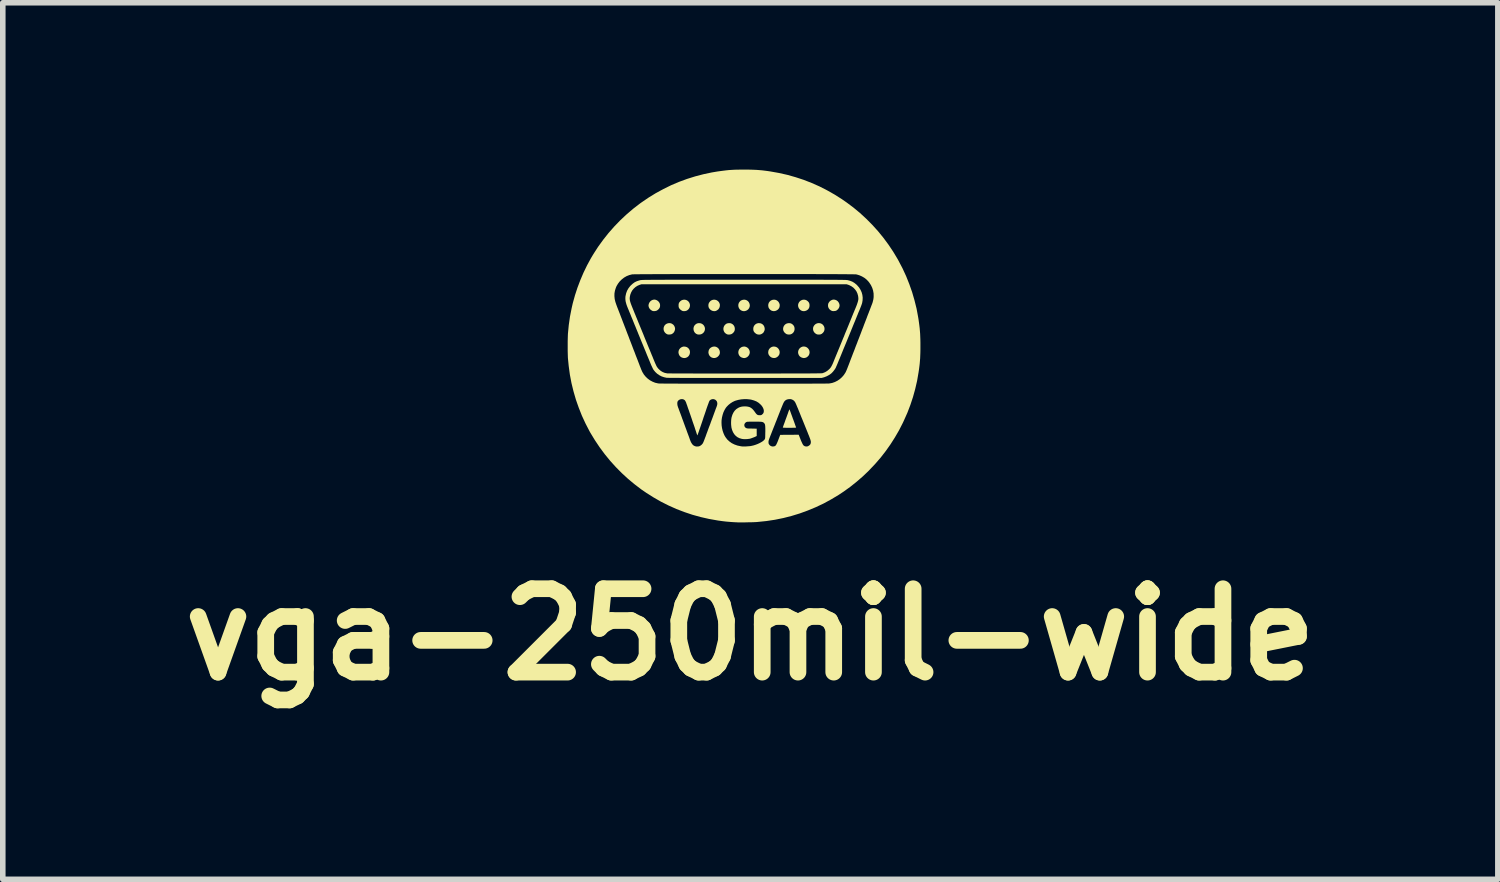
<source format=kicad_pcb>
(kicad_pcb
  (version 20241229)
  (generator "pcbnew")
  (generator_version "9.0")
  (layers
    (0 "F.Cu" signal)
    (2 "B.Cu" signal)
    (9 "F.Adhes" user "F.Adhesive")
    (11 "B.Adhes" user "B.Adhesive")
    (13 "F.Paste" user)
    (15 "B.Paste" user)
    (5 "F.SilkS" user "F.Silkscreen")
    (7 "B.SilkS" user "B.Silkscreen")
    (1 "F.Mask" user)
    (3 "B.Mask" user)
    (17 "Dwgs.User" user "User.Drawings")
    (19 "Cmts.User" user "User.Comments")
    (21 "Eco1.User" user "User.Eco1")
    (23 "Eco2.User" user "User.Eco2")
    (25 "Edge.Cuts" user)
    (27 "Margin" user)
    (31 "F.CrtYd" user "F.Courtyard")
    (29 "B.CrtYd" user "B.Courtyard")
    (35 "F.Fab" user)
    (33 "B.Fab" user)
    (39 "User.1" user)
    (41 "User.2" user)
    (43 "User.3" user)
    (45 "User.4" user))
  (footprint "vga-250mil-wide"
    (layer "F.Cu")
    (at 10.353 3.164)
    (property "Reference" "vga-250mil-wide" (at 0.09 5.195 0) (layer "F.SilkS") (effects (font (size 1.5 1.5) (thickness 0.3))))
    (attr board_only exclude_from_pos_files exclude_from_bom)
    (fp_poly (pts (xy -0.535 -0.822) (xy -0.513 -0.814) (xy -0.494 -0.801) (xy -0.477 -0.784) (xy -0.465 -0.763) (xy -0.458 -0.739) (xy -0.457 -0.726) (xy -0.46 -0.699) (xy -0.468 -0.676) (xy -0.482 -0.655) (xy -0.487 -0.65) (xy -0.51 -0.632) (xy -0.534 -0.621) (xy -0.56 -0.618) (xy -0.586 -0.622) (xy -0.606 -0.63) (xy -0.629 -0.645) (xy -0.647 -0.665) (xy -0.659 -0.687) (xy -0.664 -0.712) (xy -0.663 -0.738) (xy -0.656 -0.763) (xy -0.644 -0.782) (xy -0.626 -0.802) (xy -0.605 -0.815) (xy -0.582 -0.823) (xy -0.559 -0.825)) (stroke (width 0) (type solid)) (fill yes) (layer "F.SilkS"))
    (fp_poly (pts (xy -0.526 0.023) (xy -0.503 0.035) (xy -0.486 0.049) (xy -0.471 0.07) (xy -0.461 0.094) (xy -0.457 0.12) (xy -0.459 0.145) (xy -0.466 0.164) (xy -0.481 0.186) (xy -0.5 0.204) (xy -0.523 0.217) (xy -0.548 0.224) (xy -0.574 0.224) (xy -0.58 0.223) (xy -0.606 0.215) (xy -0.628 0.2) (xy -0.645 0.181) (xy -0.657 0.157) (xy -0.663 0.131) (xy -0.663 0.121) (xy -0.66 0.094) (xy -0.651 0.071) (xy -0.637 0.051) (xy -0.618 0.036) (xy -0.597 0.025) (xy -0.574 0.019) (xy -0.55 0.018)) (stroke (width 0) (type solid)) (fill yes) (layer "F.SilkS"))
    (fp_poly (pts (xy 0.008 -0.821) (xy 0.03 -0.811) (xy 0.05 -0.796) (xy 0.065 -0.776) (xy 0.076 -0.752) (xy 0.081 -0.725) (xy 0.081 -0.722) (xy 0.078 -0.696) (xy 0.068 -0.672) (xy 0.053 -0.652) (xy 0.034 -0.636) (xy 0.012 -0.625) (xy -0.012 -0.619) (xy -0.038 -0.619) (xy -0.058 -0.624) (xy -0.082 -0.636) (xy -0.101 -0.653) (xy -0.114 -0.673) (xy -0.123 -0.696) (xy -0.126 -0.72) (xy -0.124 -0.744) (xy -0.116 -0.767) (xy -0.103 -0.787) (xy -0.085 -0.805) (xy -0.069 -0.814) (xy -0.043 -0.823) (xy -0.017 -0.825)) (stroke (width 0) (type solid)) (fill yes) (layer "F.SilkS"))
    (fp_poly (pts (xy -0.27 -0.402) (xy -0.253 -0.397) (xy -0.228 -0.383) (xy -0.209 -0.364) (xy -0.196 -0.341) (xy -0.189 -0.315) (xy -0.189 -0.287) (xy -0.193 -0.267) (xy -0.201 -0.25) (xy -0.214 -0.233) (xy -0.23 -0.218) (xy -0.247 -0.207) (xy -0.269 -0.2) (xy -0.293 -0.197) (xy -0.317 -0.199) (xy -0.332 -0.204) (xy -0.356 -0.219) (xy -0.374 -0.237) (xy -0.386 -0.259) (xy -0.393 -0.282) (xy -0.394 -0.306) (xy -0.39 -0.33) (xy -0.38 -0.353) (xy -0.365 -0.373) (xy -0.344 -0.39) (xy -0.334 -0.395) (xy -0.315 -0.401) (xy -0.293 -0.403)) (stroke (width 0) (type solid)) (fill yes) (layer "F.SilkS"))
    (fp_poly (pts (xy 0.012 0.024) (xy 0.034 0.035) (xy 0.053 0.051) (xy 0.067 0.071) (xy 0.077 0.095) (xy 0.081 0.121) (xy 0.081 0.121) (xy 0.077 0.147) (xy 0.067 0.171) (xy 0.052 0.191) (xy 0.033 0.208) (xy 0.011 0.219) (xy -0.014 0.225) (xy -0.04 0.224) (xy -0.04 0.223) (xy -0.066 0.215) (xy -0.088 0.202) (xy -0.105 0.185) (xy -0.117 0.164) (xy -0.124 0.142) (xy -0.126 0.118) (xy -0.122 0.095) (xy -0.114 0.073) (xy -0.1 0.053) (xy -0.08 0.036) (xy -0.063 0.026) (xy -0.038 0.019) (xy -0.012 0.018)) (stroke (width 0) (type solid)) (fill yes) (layer "F.SilkS"))
    (fp_poly (pts (xy 0.273 -0.4) (xy 0.296 -0.391) (xy 0.316 -0.377) (xy 0.332 -0.358) (xy 0.342 -0.337) (xy 0.348 -0.314) (xy 0.349 -0.289) (xy 0.343 -0.265) (xy 0.331 -0.242) (xy 0.323 -0.23) (xy 0.303 -0.214) (xy 0.28 -0.202) (xy 0.254 -0.197) (xy 0.228 -0.198) (xy 0.204 -0.206) (xy 0.202 -0.207) (xy 0.184 -0.219) (xy 0.167 -0.234) (xy 0.154 -0.251) (xy 0.147 -0.267) (xy 0.143 -0.295) (xy 0.145 -0.322) (xy 0.153 -0.346) (xy 0.167 -0.368) (xy 0.186 -0.385) (xy 0.208 -0.397) (xy 0.235 -0.403) (xy 0.247 -0.403)) (stroke (width 0) (type solid)) (fill yes) (layer "F.SilkS"))
    (fp_poly (pts (xy 0.531 0.019) (xy 0.556 0.026) (xy 0.579 0.04) (xy 0.597 0.059) (xy 0.61 0.081) (xy 0.617 0.105) (xy 0.618 0.131) (xy 0.613 0.156) (xy 0.608 0.166) (xy 0.593 0.189) (xy 0.573 0.206) (xy 0.55 0.219) (xy 0.525 0.224) (xy 0.498 0.223) (xy 0.498 0.223) (xy 0.474 0.216) (xy 0.454 0.204) (xy 0.44 0.191) (xy 0.425 0.172) (xy 0.416 0.153) (xy 0.412 0.132) (xy 0.412 0.121) (xy 0.415 0.094) (xy 0.425 0.07) (xy 0.44 0.05) (xy 0.459 0.034) (xy 0.481 0.023) (xy 0.506 0.018)) (stroke (width 0) (type solid)) (fill yes) (layer "F.SilkS"))
    (fp_poly (pts (xy 0.546 -0.821) (xy 0.57 -0.81) (xy 0.59 -0.793) (xy 0.599 -0.782) (xy 0.612 -0.758) (xy 0.619 -0.733) (xy 0.618 -0.708) (xy 0.612 -0.683) (xy 0.599 -0.661) (xy 0.58 -0.642) (xy 0.56 -0.63) (xy 0.534 -0.62) (xy 0.507 -0.619) (xy 0.479 -0.624) (xy 0.478 -0.625) (xy 0.46 -0.634) (xy 0.443 -0.648) (xy 0.429 -0.665) (xy 0.419 -0.683) (xy 0.417 -0.688) (xy 0.412 -0.716) (xy 0.414 -0.743) (xy 0.422 -0.768) (xy 0.437 -0.79) (xy 0.456 -0.807) (xy 0.466 -0.813) (xy 0.493 -0.823) (xy 0.52 -0.825)) (stroke (width 0) (type solid)) (fill yes) (layer "F.SilkS"))
    (fp_poly (pts (xy 0.809 -0.401) (xy 0.829 -0.394) (xy 0.847 -0.382) (xy 0.853 -0.377) (xy 0.871 -0.357) (xy 0.882 -0.334) (xy 0.886 -0.309) (xy 0.885 -0.281) (xy 0.877 -0.255) (xy 0.862 -0.232) (xy 0.842 -0.214) (xy 0.835 -0.21) (xy 0.814 -0.201) (xy 0.79 -0.198) (xy 0.766 -0.199) (xy 0.744 -0.205) (xy 0.741 -0.206) (xy 0.719 -0.221) (xy 0.7 -0.24) (xy 0.687 -0.262) (xy 0.68 -0.287) (xy 0.68 -0.309) (xy 0.686 -0.336) (xy 0.699 -0.36) (xy 0.716 -0.379) (xy 0.738 -0.393) (xy 0.764 -0.401) (xy 0.785 -0.403)) (stroke (width 0) (type solid)) (fill yes) (layer "F.SilkS"))
    (fp_poly (pts (xy 1.076 0.02) (xy 1.098 0.028) (xy 1.12 0.043) (xy 1.137 0.062) (xy 1.149 0.083) (xy 1.155 0.107) (xy 1.156 0.131) (xy 1.151 0.154) (xy 1.141 0.176) (xy 1.125 0.195) (xy 1.104 0.211) (xy 1.099 0.214) (xy 1.075 0.222) (xy 1.052 0.225) (xy 1.029 0.221) (xy 1.028 0.221) (xy 1.002 0.211) (xy 0.98 0.195) (xy 0.964 0.175) (xy 0.953 0.149) (xy 0.949 0.123) (xy 0.952 0.096) (xy 0.963 0.07) (xy 0.963 0.069) (xy 0.98 0.047) (xy 1.001 0.031) (xy 1.024 0.021) (xy 1.05 0.017)) (stroke (width 0) (type solid)) (fill yes) (layer "F.SilkS"))
    (fp_poly (pts (xy -1.352 -0.403) (xy -1.327 -0.396) (xy -1.32 -0.392) (xy -1.296 -0.376) (xy -1.279 -0.355) (xy -1.268 -0.331) (xy -1.263 -0.305) (xy -1.264 -0.292) (xy -1.27 -0.266) (xy -1.282 -0.241) (xy -1.3 -0.221) (xy -1.323 -0.206) (xy -1.323 -0.206) (xy -1.336 -0.202) (xy -1.354 -0.199) (xy -1.373 -0.198) (xy -1.391 -0.199) (xy -1.402 -0.202) (xy -1.426 -0.215) (xy -1.445 -0.233) (xy -1.459 -0.254) (xy -1.468 -0.278) (xy -1.47 -0.302) (xy -1.467 -0.328) (xy -1.457 -0.352) (xy -1.446 -0.368) (xy -1.426 -0.386) (xy -1.403 -0.397) (xy -1.377 -0.403)) (stroke (width 0) (type solid)) (fill yes) (layer "F.SilkS"))
    (fp_poly (pts (xy -1.084 0.019) (xy -1.058 0.026) (xy -1.053 0.028) (xy -1.033 0.04) (xy -1.018 0.055) (xy -1.004 0.076) (xy -1.004 0.077) (xy -0.997 0.097) (xy -0.995 0.12) (xy -0.998 0.144) (xy -1.005 0.166) (xy -1.007 0.17) (xy -1.023 0.193) (xy -1.044 0.21) (xy -1.069 0.221) (xy -1.096 0.225) (xy -1.116 0.223) (xy -1.141 0.216) (xy -1.164 0.202) (xy -1.182 0.183) (xy -1.194 0.16) (xy -1.201 0.135) (xy -1.202 0.121) (xy -1.199 0.095) (xy -1.189 0.071) (xy -1.174 0.051) (xy -1.155 0.035) (xy -1.133 0.024) (xy -1.109 0.018)) (stroke (width 0) (type solid)) (fill yes) (layer "F.SilkS"))
    (fp_poly (pts (xy 1.076 -0.823) (xy 1.1 -0.814) (xy 1.12 -0.8) (xy 1.137 -0.783) (xy 1.147 -0.766) (xy 1.153 -0.748) (xy 1.155 -0.724) (xy 1.155 -0.722) (xy 1.153 -0.698) (xy 1.147 -0.678) (xy 1.137 -0.661) (xy 1.126 -0.648) (xy 1.106 -0.633) (xy 1.082 -0.623) (xy 1.057 -0.618) (xy 1.032 -0.62) (xy 1.024 -0.622) (xy 1 -0.632) (xy 0.98 -0.649) (xy 0.964 -0.669) (xy 0.953 -0.693) (xy 0.949 -0.718) (xy 0.949 -0.732) (xy 0.956 -0.759) (xy 0.968 -0.781) (xy 0.985 -0.8) (xy 1.005 -0.813) (xy 1.027 -0.822) (xy 1.052 -0.825)) (stroke (width 0) (type solid)) (fill yes) (layer "F.SilkS"))
    (fp_poly (pts (xy -0.803 -0.4) (xy -0.78 -0.391) (xy -0.76 -0.377) (xy -0.744 -0.359) (xy -0.733 -0.338) (xy -0.726 -0.315) (xy -0.726 -0.291) (xy -0.731 -0.267) (xy -0.742 -0.244) (xy -0.752 -0.232) (xy -0.774 -0.213) (xy -0.798 -0.202) (xy -0.825 -0.198) (xy -0.829 -0.198) (xy -0.843 -0.198) (xy -0.856 -0.2) (xy -0.862 -0.201) (xy -0.885 -0.212) (xy -0.905 -0.228) (xy -0.919 -0.249) (xy -0.929 -0.274) (xy -0.932 -0.3) (xy -0.932 -0.309) (xy -0.927 -0.335) (xy -0.916 -0.358) (xy -0.899 -0.377) (xy -0.88 -0.391) (xy -0.861 -0.399) (xy -0.838 -0.403) (xy -0.83 -0.403)) (stroke (width 0) (type solid)) (fill yes) (layer "F.SilkS"))
    (fp_poly (pts (xy 1.35 -0.4) (xy 1.374 -0.39) (xy 1.395 -0.374) (xy 1.4 -0.368) (xy 1.415 -0.345) (xy 1.423 -0.321) (xy 1.425 -0.296) (xy 1.421 -0.271) (xy 1.411 -0.248) (xy 1.395 -0.228) (xy 1.375 -0.211) (xy 1.356 -0.202) (xy 1.343 -0.199) (xy 1.326 -0.198) (xy 1.307 -0.198) (xy 1.292 -0.201) (xy 1.287 -0.202) (xy 1.27 -0.211) (xy 1.252 -0.224) (xy 1.238 -0.24) (xy 1.235 -0.243) (xy 1.223 -0.268) (xy 1.218 -0.294) (xy 1.219 -0.319) (xy 1.227 -0.343) (xy 1.241 -0.365) (xy 1.261 -0.384) (xy 1.274 -0.392) (xy 1.299 -0.401) (xy 1.324 -0.404)) (stroke (width 0) (type solid)) (fill yes) (layer "F.SilkS"))
    (fp_poly (pts (xy 1.616 -0.823) (xy 1.64 -0.813) (xy 1.661 -0.798) (xy 1.677 -0.778) (xy 1.689 -0.754) (xy 1.695 -0.729) (xy 1.695 -0.72) (xy 1.692 -0.697) (xy 1.682 -0.674) (xy 1.667 -0.653) (xy 1.648 -0.636) (xy 1.634 -0.627) (xy 1.622 -0.623) (xy 1.606 -0.621) (xy 1.588 -0.619) (xy 1.572 -0.62) (xy 1.562 -0.621) (xy 1.537 -0.633) (xy 1.516 -0.65) (xy 1.5 -0.671) (xy 1.49 -0.695) (xy 1.487 -0.721) (xy 1.49 -0.748) (xy 1.492 -0.755) (xy 1.504 -0.777) (xy 1.52 -0.797) (xy 1.541 -0.812) (xy 1.565 -0.823) (xy 1.59 -0.827) (xy 1.591 -0.827)) (stroke (width 0) (type solid)) (fill yes) (layer "F.SilkS"))
    (fp_poly (pts (xy -1.612 -0.823) (xy -1.588 -0.813) (xy -1.567 -0.798) (xy -1.55 -0.778) (xy -1.538 -0.756) (xy -1.538 -0.755) (xy -1.533 -0.733) (xy -1.533 -0.709) (xy -1.538 -0.687) (xy -1.542 -0.678) (xy -1.553 -0.661) (xy -1.569 -0.645) (xy -1.586 -0.632) (xy -1.591 -0.629) (xy -1.605 -0.624) (xy -1.623 -0.62) (xy -1.641 -0.619) (xy -1.658 -0.62) (xy -1.665 -0.621) (xy -1.688 -0.633) (xy -1.709 -0.649) (xy -1.725 -0.669) (xy -1.736 -0.692) (xy -1.741 -0.716) (xy -1.741 -0.72) (xy -1.737 -0.746) (xy -1.727 -0.77) (xy -1.712 -0.791) (xy -1.693 -0.808) (xy -1.67 -0.82) (xy -1.645 -0.826) (xy -1.636 -0.827)) (stroke (width 0) (type solid)) (fill yes) (layer "F.SilkS"))
    (fp_poly (pts (xy -1.069 -0.821) (xy -1.046 -0.811) (xy -1.025 -0.795) (xy -1.009 -0.773) (xy -1.006 -0.769) (xy -0.997 -0.742) (xy -0.995 -0.716) (xy -1 -0.69) (xy -1.012 -0.666) (xy -1.02 -0.655) (xy -1.039 -0.637) (xy -1.058 -0.626) (xy -1.081 -0.62) (xy -1.094 -0.619) (xy -1.11 -0.619) (xy -1.122 -0.62) (xy -1.134 -0.624) (xy -1.14 -0.627) (xy -1.164 -0.643) (xy -1.184 -0.664) (xy -1.192 -0.676) (xy -1.196 -0.687) (xy -1.199 -0.699) (xy -1.2 -0.715) (xy -1.2 -0.722) (xy -1.199 -0.746) (xy -1.193 -0.766) (xy -1.183 -0.782) (xy -1.167 -0.799) (xy -1.166 -0.799) (xy -1.144 -0.815) (xy -1.119 -0.823) (xy -1.094 -0.825)) (stroke (width 0) (type solid)) (fill yes) (layer "F.SilkS"))
    (fp_poly (pts (xy 0.796 1.152) (xy 0.8 1.16) (xy 0.801 1.165) (xy 0.804 1.172) (xy 0.809 1.185) (xy 0.816 1.204) (xy 0.824 1.227) (xy 0.834 1.254) (xy 0.845 1.284) (xy 0.856 1.316) (xy 0.861 1.327) (xy 0.872 1.358) (xy 0.883 1.388) (xy 0.892 1.414) (xy 0.9 1.437) (xy 0.907 1.455) (xy 0.911 1.468) (xy 0.914 1.475) (xy 0.914 1.476) (xy 0.91 1.477) (xy 0.9 1.477) (xy 0.884 1.478) (xy 0.863 1.478) (xy 0.838 1.479) (xy 0.81 1.479) (xy 0.794 1.479) (xy 0.761 1.479) (xy 0.734 1.479) (xy 0.713 1.478) (xy 0.697 1.478) (xy 0.686 1.477) (xy 0.68 1.476) (xy 0.676 1.475) (xy 0.675 1.474) (xy 0.675 1.474) (xy 0.676 1.468) (xy 0.68 1.457) (xy 0.685 1.443) (xy 0.686 1.439) (xy 0.69 1.428) (xy 0.696 1.412) (xy 0.704 1.391) (xy 0.713 1.366) (xy 0.722 1.339) (xy 0.733 1.31) (xy 0.744 1.28) (xy 0.754 1.252) (xy 0.764 1.225) (xy 0.772 1.201) (xy 0.779 1.181) (xy 0.784 1.169) (xy 0.788 1.158) (xy 0.791 1.151) (xy 0.793 1.149)) (stroke (width 0) (type solid)) (fill yes) (layer "F.SilkS"))
    (fp_poly (pts (xy 0.251 -1.183) (xy 0.377 -1.183) (xy 0.496 -1.183) (xy 0.609 -1.183) (xy 0.714 -1.183) (xy 0.814 -1.183) (xy 0.907 -1.183) (xy 0.994 -1.183) (xy 1.076 -1.183) (xy 1.152 -1.183) (xy 1.222 -1.183) (xy 1.288 -1.183) (xy 1.348 -1.183) (xy 1.404 -1.183) (xy 1.455 -1.182) (xy 1.502 -1.182) (xy 1.545 -1.182) (xy 1.584 -1.182) (xy 1.619 -1.182) (xy 1.65 -1.182) (xy 1.678 -1.181) (xy 1.704 -1.181) (xy 1.726 -1.181) (xy 1.745 -1.181) (xy 1.762 -1.18) (xy 1.777 -1.18) (xy 1.789 -1.18) (xy 1.8 -1.18) (xy 1.809 -1.179) (xy 1.817 -1.179) (xy 1.823 -1.178) (xy 1.828 -1.178) (xy 1.832 -1.177) (xy 1.836 -1.177) (xy 1.839 -1.176) (xy 1.841 -1.176) (xy 1.886 -1.164) (xy 1.926 -1.148) (xy 1.962 -1.126) (xy 1.997 -1.098) (xy 2.012 -1.083) (xy 2.046 -1.044) (xy 2.072 -1.002) (xy 2.092 -0.958) (xy 2.105 -0.911) (xy 2.111 -0.862) (xy 2.109 -0.813) (xy 2.101 -0.765) (xy 2.097 -0.753) (xy 2.091 -0.735) (xy 2.083 -0.713) (xy 2.074 -0.69) (xy 2.064 -0.665) (xy 2.062 -0.659) (xy 2.051 -0.633) (xy 2.039 -0.605) (xy 2.028 -0.579) (xy 2.019 -0.555) (xy 2.011 -0.536) (xy 2.01 -0.535) (xy 2.001 -0.511) (xy 1.99 -0.485) (xy 1.98 -0.459) (xy 1.973 -0.442) (xy 1.967 -0.427) (xy 1.958 -0.407) (xy 1.948 -0.382) (xy 1.936 -0.353) (xy 1.924 -0.323) (xy 1.911 -0.292) (xy 1.903 -0.271) (xy 1.87 -0.191) (xy 1.84 -0.118) (xy 1.813 -0.051) (xy 1.788 0.009) (xy 1.765 0.064) (xy 1.745 0.114) (xy 1.727 0.158) (xy 1.711 0.197) (xy 1.697 0.232) (xy 1.684 0.262) (xy 1.673 0.289) (xy 1.664 0.311) (xy 1.656 0.331) (xy 1.649 0.347) (xy 1.643 0.361) (xy 1.638 0.372) (xy 1.634 0.381) (xy 1.631 0.388) (xy 1.629 0.394) (xy 1.627 0.398) (xy 1.625 0.402) (xy 1.625 0.402) (xy 1.612 0.424) (xy 1.595 0.447) (xy 1.576 0.471) (xy 1.556 0.492) (xy 1.543 0.504) (xy 1.506 0.53) (xy 1.465 0.552) (xy 1.422 0.569) (xy 1.412 0.572) (xy 1.375 0.582) (xy -0.008 0.583) (xy -0.11 0.583) (xy -0.21 0.583) (xy -0.308 0.583) (xy -0.404 0.583) (xy -0.497 0.583) (xy -0.588 0.583) (xy -0.675 0.582) (xy -0.758 0.582) (xy -0.838 0.582) (xy -0.914 0.582) (xy -0.986 0.582) (xy -1.053 0.582) (xy -1.115 0.582) (xy -1.172 0.582) (xy -1.224 0.581) (xy -1.27 0.581) (xy -1.31 0.581) (xy -1.344 0.581) (xy -1.372 0.581) (xy -1.393 0.58) (xy -1.407 0.58) (xy -1.413 0.58) (xy -1.414 0.58) (xy -1.46 0.57) (xy -1.505 0.555) (xy -1.547 0.533) (xy -1.586 0.506) (xy -1.619 0.475) (xy -1.628 0.464) (xy -1.634 0.457) (xy -1.64 0.45) (xy -1.645 0.443) (xy -1.65 0.437) (xy -1.655 0.429) (xy -1.66 0.42) (xy -1.665 0.41) (xy -1.671 0.397) (xy -1.678 0.382) (xy -1.687 0.364) (xy -1.696 0.343) (xy -1.707 0.317) (xy -1.719 0.287) (xy -1.733 0.253) (xy -1.75 0.212) (xy -1.769 0.167) (xy -1.79 0.114) (xy -1.805 0.078) (xy -1.837 0.000025) (xy -1.867 -0.072) (xy -1.894 -0.139) (xy -1.919 -0.199) (xy -1.941 -0.254) (xy -1.961 -0.302) (xy -1.978 -0.345) (xy -1.993 -0.38) (xy -2.005 -0.41) (xy -2.014 -0.432) (xy -2.018 -0.442) (xy -2.027 -0.465) (xy -2.038 -0.491) (xy -2.049 -0.517) (xy -2.056 -0.535) (xy -2.063 -0.553) (xy -2.073 -0.577) (xy -2.084 -0.603) (xy -2.095 -0.631) (xy -2.106 -0.657) (xy -2.107 -0.659) (xy -2.124 -0.701) (xy -2.137 -0.737) (xy -2.146 -0.769) (xy -2.153 -0.798) (xy -2.156 -0.825) (xy -2.157 -0.848) (xy -2.079 -0.848) (xy -2.078 -0.832) (xy -2.076 -0.815) (xy -2.072 -0.797) (xy -2.066 -0.776) (xy -2.058 -0.752) (xy -2.047 -0.723) (xy -2.034 -0.69) (xy -2.018 -0.651) (xy -2.008 -0.626) (xy -2 -0.606) (xy -1.99 -0.581) (xy -1.978 -0.553) (xy -1.967 -0.525) (xy -1.956 -0.498) (xy -1.955 -0.497) (xy -1.945 -0.472) (xy -1.933 -0.443) (xy -1.92 -0.41) (xy -1.905 -0.374) (xy -1.889 -0.335) (xy -1.872 -0.294) (xy -1.855 -0.252) (xy -1.837 -0.209) (xy -1.82 -0.166) (xy -1.803 -0.124) (xy -1.786 -0.083) (xy -1.77 -0.044) (xy -1.755 -0.007) (xy -1.741 0.027) (xy -1.729 0.056) (xy -1.718 0.081) (xy -1.71 0.101) (xy -1.704 0.116) (xy -1.701 0.123) (xy -1.696 0.135) (xy -1.689 0.153) (xy -1.68 0.175) (xy -1.669 0.2) (xy -1.659 0.226) (xy -1.65 0.248) (xy -1.635 0.284) (xy -1.623 0.313) (xy -1.612 0.337) (xy -1.603 0.357) (xy -1.595 0.373) (xy -1.587 0.387) (xy -1.578 0.398) (xy -1.57 0.409) (xy -1.56 0.42) (xy -1.553 0.427) (xy -1.52 0.456) (xy -1.485 0.477) (xy -1.447 0.492) (xy -1.406 0.5) (xy -1.405 0.501) (xy -1.4 0.501) (xy -1.387 0.501) (xy -1.367 0.501) (xy -1.34 0.501) (xy -1.307 0.502) (xy -1.268 0.502) (xy -1.223 0.502) (xy -1.172 0.502) (xy -1.116 0.502) (xy -1.054 0.502) (xy -0.988 0.502) (xy -0.917 0.503) (xy -0.842 0.503) (xy -0.763 0.503) (xy -0.679 0.503) (xy -0.593 0.503) (xy -0.503 0.503) (xy -0.411 0.503) (xy -0.315 0.503) (xy -0.217 0.503) (xy -0.117 0.503) (xy -0.016 0.503) (xy -0.006 0.503) (xy 0.116 0.503) (xy 0.23 0.503) (xy 0.337 0.503) (xy 0.437 0.503) (xy 0.531 0.503) (xy 0.618 0.503) (xy 0.699 0.502) (xy 0.774 0.502) (xy 0.843 0.502) (xy 0.907 0.502) (xy 0.966 0.502) (xy 1.019 0.502) (xy 1.068 0.502) (xy 1.112 0.502) (xy 1.152 0.502) (xy 1.188 0.501) (xy 1.22 0.501) (xy 1.248 0.501) (xy 1.273 0.501) (xy 1.295 0.5) (xy 1.313 0.5) (xy 1.329 0.5) (xy 1.343 0.5) (xy 1.355 0.499) (xy 1.364 0.499) (xy 1.372 0.498) (xy 1.378 0.498) (xy 1.383 0.497) (xy 1.387 0.497) (xy 1.39 0.496) (xy 1.392 0.496) (xy 1.394 0.495) (xy 1.435 0.479) (xy 1.473 0.456) (xy 1.507 0.427) (xy 1.507 0.427) (xy 1.518 0.416) (xy 1.528 0.405) (xy 1.536 0.394) (xy 1.544 0.382) (xy 1.552 0.367) (xy 1.561 0.35) (xy 1.571 0.329) (xy 1.582 0.303) (xy 1.595 0.271) (xy 1.604 0.248) (xy 1.615 0.221) (xy 1.626 0.195) (xy 1.636 0.17) (xy 1.645 0.149) (xy 1.652 0.132) (xy 1.655 0.123) (xy 1.659 0.115) (xy 1.665 0.101) (xy 1.673 0.08) (xy 1.684 0.055) (xy 1.696 0.025) (xy 1.71 -0.009) (xy 1.725 -0.046) (xy 1.741 -0.085) (xy 1.758 -0.127) (xy 1.776 -0.169) (xy 1.793 -0.213) (xy 1.811 -0.256) (xy 1.829 -0.299) (xy 1.846 -0.341) (xy 1.862 -0.38) (xy 1.877 -0.417) (xy 1.891 -0.451) (xy 1.903 -0.482) (xy 1.91 -0.497) (xy 1.92 -0.524) (xy 1.932 -0.552) (xy 1.943 -0.58) (xy 1.954 -0.605) (xy 1.962 -0.625) (xy 1.962 -0.626) (xy 1.98 -0.668) (xy 1.995 -0.705) (xy 2.007 -0.736) (xy 2.016 -0.763) (xy 2.023 -0.785) (xy 2.028 -0.805) (xy 2.032 -0.823) (xy 2.033 -0.839) (xy 2.033 -0.855) (xy 2.031 -0.871) (xy 2.029 -0.888) (xy 2.027 -0.898) (xy 2.015 -0.939) (xy 1.997 -0.977) (xy 1.972 -1.011) (xy 1.943 -1.041) (xy 1.908 -1.066) (xy 1.871 -1.085) (xy 1.856 -1.091) (xy 1.822 -1.102) (xy -0.023 -1.102) (xy -1.868 -1.102) (xy -1.902 -1.091) (xy -1.941 -1.074) (xy -1.976 -1.051) (xy -2.007 -1.023) (xy -2.034 -0.99) (xy -2.054 -0.953) (xy -2.069 -0.913) (xy -2.072 -0.898) (xy -2.076 -0.88) (xy -2.078 -0.864) (xy -2.079 -0.848) (xy -2.157 -0.848) (xy -2.157 -0.851) (xy -2.156 -0.877) (xy -2.154 -0.89) (xy -2.143 -0.94) (xy -2.126 -0.986) (xy -2.101 -1.03) (xy -2.07 -1.07) (xy -2.057 -1.083) (xy -2.023 -1.114) (xy -1.988 -1.139) (xy -1.95 -1.157) (xy -1.907 -1.171) (xy -1.887 -1.176) (xy -1.884 -1.176) (xy -1.881 -1.177) (xy -1.877 -1.177) (xy -1.873 -1.178) (xy -1.868 -1.178) (xy -1.861 -1.179) (xy -1.854 -1.179) (xy -1.845 -1.18) (xy -1.834 -1.18) (xy -1.821 -1.18) (xy -1.806 -1.181) (xy -1.789 -1.181) (xy -1.769 -1.181) (xy -1.747 -1.181) (xy -1.722 -1.181) (xy -1.693 -1.182) (xy -1.661 -1.182) (xy -1.626 -1.182) (xy -1.587 -1.182) (xy -1.544 -1.182) (xy -1.496 -1.182) (xy -1.445 -1.183) (xy -1.389 -1.183) (xy -1.328 -1.183) (xy -1.262 -1.183) (xy -1.191 -1.183) (xy -1.114 -1.183) (xy -1.033 -1.183) (xy -0.945 -1.183) (xy -0.851 -1.183) (xy -0.751 -1.183) (xy -0.645 -1.183) (xy -0.532 -1.183) (xy -0.412 -1.183) (xy -0.286 -1.183) (xy -0.152 -1.183) (xy -0.023 -1.183) (xy 0.118 -1.183)) (stroke (width 0) (type solid)) (fill yes) (layer "F.SilkS"))
    (fp_poly (pts (xy 0.041 -3.164) (xy 0.099 -3.163) (xy 0.152 -3.161) (xy 0.202 -3.159) (xy 0.25 -3.155) (xy 0.299 -3.151) (xy 0.349 -3.145) (xy 0.403 -3.138) (xy 0.455 -3.13) (xy 0.607 -3.103) (xy 0.758 -3.069) (xy 0.906 -3.027) (xy 1.052 -2.979) (xy 1.195 -2.923) (xy 1.335 -2.861) (xy 1.472 -2.791) (xy 1.606 -2.715) (xy 1.737 -2.632) (xy 1.822 -2.573) (xy 1.945 -2.481) (xy 2.063 -2.383) (xy 2.176 -2.279) (xy 2.284 -2.17) (xy 2.387 -2.056) (xy 2.484 -1.937) (xy 2.575 -1.814) (xy 2.66 -1.687) (xy 2.738 -1.557) (xy 2.755 -1.526) (xy 2.827 -1.389) (xy 2.892 -1.248) (xy 2.949 -1.105) (xy 3 -0.96) (xy 3.043 -0.812) (xy 3.08 -0.663) (xy 3.108 -0.512) (xy 3.115 -0.47) (xy 3.123 -0.413) (xy 3.13 -0.36) (xy 3.136 -0.31) (xy 3.14 -0.261) (xy 3.144 -0.212) (xy 3.146 -0.162) (xy 3.148 -0.109) (xy 3.149 -0.051) (xy 3.149 0.008) (xy 3.149 0.071) (xy 3.148 0.129) (xy 3.146 0.182) (xy 3.144 0.232) (xy 3.14 0.28) (xy 3.136 0.329) (xy 3.13 0.379) (xy 3.123 0.433) (xy 3.115 0.485) (xy 3.089 0.636) (xy 3.055 0.783) (xy 3.015 0.927) (xy 2.968 1.069) (xy 2.914 1.21) (xy 2.852 1.349) (xy 2.833 1.39) (xy 2.764 1.525) (xy 2.689 1.654) (xy 2.61 1.778) (xy 2.525 1.898) (xy 2.435 2.014) (xy 2.338 2.126) (xy 2.234 2.236) (xy 2.22 2.251) (xy 2.112 2.354) (xy 2.001 2.45) (xy 1.887 2.541) (xy 1.769 2.626) (xy 1.677 2.687) (xy 1.543 2.767) (xy 1.407 2.841) (xy 1.267 2.907) (xy 1.125 2.966) (xy 0.98 3.019) (xy 0.833 3.064) (xy 0.684 3.102) (xy 0.532 3.133) (xy 0.379 3.156) (xy 0.224 3.172) (xy 0.201 3.174) (xy 0.184 3.175) (xy 0.162 3.176) (xy 0.134 3.177) (xy 0.103 3.178) (xy 0.069 3.178) (xy 0.034 3.179) (xy -0.001 3.18) (xy -0.035 3.18) (xy -0.067 3.18) (xy -0.096 3.18) (xy -0.121 3.18) (xy -0.139 3.18) (xy -0.148 3.179) (xy -0.198 3.177) (xy -0.242 3.174) (xy -0.282 3.171) (xy -0.317 3.168) (xy -0.351 3.165) (xy -0.384 3.161) (xy -0.417 3.157) (xy -0.452 3.152) (xy -0.49 3.147) (xy -0.501 3.145) (xy -0.653 3.118) (xy -0.803 3.084) (xy -0.951 3.043) (xy -1.097 2.994) (xy -1.24 2.939) (xy -1.381 2.876) (xy -1.518 2.807) (xy -1.652 2.73) (xy -1.783 2.647) (xy -1.868 2.589) (xy -1.99 2.496) (xy -2.108 2.398) (xy -2.221 2.294) (xy -2.329 2.185) (xy -2.432 2.071) (xy -2.529 1.952) (xy -2.62 1.829) (xy -2.705 1.702) (xy -2.784 1.572) (xy -2.801 1.542) (xy -2.873 1.403) (xy -2.938 1.263) (xy -2.995 1.119) (xy -3.023 1.04) (xy -1.223 1.04) (xy -1.223 1.044) (xy -1.222 1.057) (xy -1.221 1.068) (xy -1.219 1.079) (xy -1.215 1.092) (xy -1.21 1.109) (xy -1.201 1.131) (xy -1.201 1.132) (xy -1.195 1.149) (xy -1.186 1.173) (xy -1.176 1.2) (xy -1.164 1.231) (xy -1.152 1.264) (xy -1.14 1.297) (xy -1.133 1.318) (xy -1.119 1.354) (xy -1.105 1.393) (xy -1.09 1.434) (xy -1.075 1.475) (xy -1.061 1.512) (xy -1.049 1.546) (xy -1.046 1.555) (xy -1.035 1.584) (xy -1.024 1.613) (xy -1.014 1.64) (xy -1.005 1.665) (xy -0.998 1.685) (xy -0.993 1.7) (xy -0.992 1.701) (xy -0.978 1.736) (xy -0.962 1.763) (xy -0.945 1.785) (xy -0.926 1.8) (xy -0.904 1.81) (xy -0.902 1.811) (xy -0.876 1.816) (xy -0.848 1.815) (xy -0.828 1.811) (xy -0.808 1.801) (xy -0.788 1.786) (xy -0.77 1.767) (xy -0.759 1.749) (xy -0.755 1.739) (xy -0.748 1.724) (xy -0.74 1.703) (xy -0.731 1.68) (xy -0.722 1.655) (xy -0.717 1.644) (xy -0.708 1.618) (xy -0.697 1.587) (xy -0.684 1.553) (xy -0.671 1.517) (xy -0.658 1.481) (xy -0.645 1.447) (xy -0.643 1.443) (xy -0.623 1.389) (xy -0.623 1.387) (xy -0.428 1.387) (xy -0.426 1.435) (xy -0.419 1.483) (xy -0.408 1.531) (xy -0.393 1.575) (xy -0.375 1.616) (xy -0.356 1.648) (xy -0.324 1.69) (xy -0.286 1.725) (xy -0.244 1.755) (xy -0.196 1.779) (xy -0.143 1.798) (xy -0.086 1.81) (xy -0.061 1.814) (xy -0.044 1.815) (xy -0.022 1.815) (xy 0.004 1.815) (xy 0.032 1.813) (xy 0.059 1.811) (xy 0.084 1.809) (xy 0.104 1.806) (xy 0.107 1.805) (xy 0.144 1.797) (xy 0.18 1.786) (xy 0.215 1.773) (xy 0.249 1.758) (xy 0.279 1.742) (xy 0.286 1.738) (xy 0.417 1.738) (xy 0.418 1.754) (xy 0.42 1.765) (xy 0.426 1.775) (xy 0.427 1.777) (xy 0.436 1.789) (xy 0.445 1.798) (xy 0.457 1.805) (xy 0.465 1.809) (xy 0.483 1.815) (xy 0.505 1.815) (xy 0.525 1.811) (xy 0.536 1.806) (xy 0.543 1.8) (xy 0.55 1.792) (xy 0.557 1.781) (xy 0.565 1.765) (xy 0.574 1.745) (xy 0.585 1.719) (xy 0.597 1.687) (xy 0.602 1.674) (xy 0.628 1.606) (xy 0.794 1.605) (xy 0.96 1.604) (xy 0.965 1.616) (xy 0.968 1.624) (xy 0.974 1.638) (xy 0.98 1.655) (xy 0.988 1.674) (xy 0.99 1.68) (xy 1.003 1.713) (xy 1.016 1.741) (xy 1.027 1.765) (xy 1.037 1.783) (xy 1.046 1.795) (xy 1.047 1.796) (xy 1.066 1.809) (xy 1.088 1.815) (xy 1.111 1.815) (xy 1.13 1.809) (xy 1.152 1.795) (xy 1.168 1.779) (xy 1.176 1.759) (xy 1.179 1.736) (xy 1.178 1.729) (xy 1.178 1.722) (xy 1.176 1.714) (xy 1.174 1.705) (xy 1.171 1.695) (xy 1.167 1.682) (xy 1.161 1.666) (xy 1.153 1.645) (xy 1.144 1.621) (xy 1.131 1.591) (xy 1.117 1.554) (xy 1.113 1.545) (xy 1.088 1.483) (xy 1.065 1.426) (xy 1.044 1.374) (xy 1.024 1.325) (xy 1.004 1.277) (xy 0.985 1.229) (xy 0.965 1.179) (xy 0.959 1.165) (xy 0.947 1.134) (xy 0.934 1.105) (xy 0.923 1.078) (xy 0.913 1.054) (xy 0.904 1.035) (xy 0.897 1.021) (xy 0.893 1.014) (xy 0.876 0.993) (xy 0.854 0.977) (xy 0.829 0.967) (xy 0.829 0.966) (xy 0.807 0.963) (xy 0.783 0.964) (xy 0.759 0.968) (xy 0.738 0.975) (xy 0.736 0.977) (xy 0.726 0.983) (xy 0.717 0.989) (xy 0.709 0.997) (xy 0.701 1.007) (xy 0.693 1.02) (xy 0.684 1.037) (xy 0.675 1.058) (xy 0.664 1.084) (xy 0.651 1.116) (xy 0.641 1.14) (xy 0.635 1.156) (xy 0.629 1.172) (xy 0.622 1.188) (xy 0.616 1.205) (xy 0.609 1.222) (xy 0.601 1.242) (xy 0.593 1.263) (xy 0.583 1.288) (xy 0.572 1.316) (xy 0.56 1.348) (xy 0.545 1.384) (xy 0.529 1.426) (xy 0.51 1.473) (xy 0.489 1.526) (xy 0.475 1.562) (xy 0.461 1.598) (xy 0.449 1.628) (xy 0.44 1.652) (xy 0.432 1.672) (xy 0.427 1.687) (xy 0.423 1.699) (xy 0.42 1.709) (xy 0.418 1.717) (xy 0.418 1.724) (xy 0.417 1.73) (xy 0.417 1.738) (xy 0.417 1.738) (xy 0.286 1.738) (xy 0.306 1.726) (xy 0.327 1.71) (xy 0.343 1.694) (xy 0.352 1.68) (xy 0.354 1.675) (xy 0.356 1.667) (xy 0.357 1.657) (xy 0.358 1.642) (xy 0.358 1.623) (xy 0.359 1.598) (xy 0.359 1.566) (xy 0.36 1.56) (xy 0.36 1.523) (xy 0.36 1.493) (xy 0.359 1.468) (xy 0.358 1.449) (xy 0.356 1.433) (xy 0.354 1.421) (xy 0.35 1.412) (xy 0.346 1.404) (xy 0.34 1.397) (xy 0.339 1.395) (xy 0.332 1.389) (xy 0.326 1.383) (xy 0.319 1.379) (xy 0.31 1.376) (xy 0.298 1.373) (xy 0.283 1.371) (xy 0.264 1.37) (xy 0.241 1.369) (xy 0.211 1.369) (xy 0.175 1.369) (xy 0.159 1.369) (xy 0.125 1.369) (xy 0.097 1.369) (xy 0.075 1.369) (xy 0.058 1.37) (xy 0.045 1.37) (xy 0.036 1.371) (xy 0.029 1.372) (xy 0.024 1.374) (xy 0.019 1.376) (xy 0.015 1.378) (xy -0.001 1.39) (xy -0.012 1.406) (xy -0.018 1.423) (xy -0.017 1.442) (xy -0.012 1.459) (xy -0.000232 1.474) (xy 0.014 1.483) (xy 0.02 1.486) (xy 0.026 1.488) (xy 0.034 1.49) (xy 0.043 1.491) (xy 0.056 1.492) (xy 0.073 1.493) (xy 0.096 1.493) (xy 0.119 1.493) (xy 0.205 1.495) (xy 0.205 1.561) (xy 0.205 1.627) (xy 0.19 1.634) (xy 0.174 1.642) (xy 0.155 1.65) (xy 0.133 1.658) (xy 0.112 1.666) (xy 0.094 1.672) (xy 0.08 1.676) (xy 0.08 1.676) (xy 0.058 1.679) (xy 0.033 1.682) (xy 0.005 1.683) (xy -0.022 1.683) (xy -0.046 1.681) (xy -0.064 1.678) (xy -0.105 1.666) (xy -0.141 1.648) (xy -0.172 1.624) (xy -0.199 1.594) (xy -0.221 1.558) (xy -0.238 1.517) (xy -0.249 1.477) (xy -0.252 1.452) (xy -0.255 1.423) (xy -0.256 1.391) (xy -0.255 1.359) (xy -0.253 1.328) (xy -0.249 1.302) (xy -0.247 1.292) (xy -0.233 1.246) (xy -0.214 1.206) (xy -0.191 1.172) (xy -0.163 1.144) (xy -0.131 1.123) (xy -0.12 1.117) (xy -0.097 1.107) (xy -0.076 1.101) (xy -0.055 1.097) (xy -0.03 1.095) (xy -0.006 1.094) (xy 0.028 1.096) (xy 0.056 1.101) (xy 0.082 1.109) (xy 0.104 1.122) (xy 0.126 1.139) (xy 0.148 1.163) (xy 0.17 1.192) (xy 0.179 1.205) (xy 0.194 1.225) (xy 0.208 1.239) (xy 0.222 1.248) (xy 0.239 1.252) (xy 0.256 1.253) (xy 0.272 1.253) (xy 0.282 1.251) (xy 0.291 1.248) (xy 0.3 1.242) (xy 0.318 1.225) (xy 0.329 1.206) (xy 0.333 1.183) (xy 0.332 1.159) (xy 0.324 1.133) (xy 0.311 1.106) (xy 0.291 1.078) (xy 0.273 1.059) (xy 0.239 1.029) (xy 0.2 1.005) (xy 0.155 0.987) (xy 0.106 0.973) (xy 0.081 0.969) (xy 0.03 0.964) (xy -0.022 0.964) (xy -0.074 0.968) (xy -0.125 0.977) (xy -0.172 0.99) (xy -0.189 0.996) (xy -0.229 1.015) (xy -0.268 1.04) (xy -0.304 1.069) (xy -0.335 1.101) (xy -0.351 1.121) (xy -0.373 1.158) (xy -0.393 1.2) (xy -0.408 1.246) (xy -0.42 1.295) (xy -0.427 1.345) (xy -0.428 1.387) (xy -0.623 1.387) (xy -0.604 1.337) (xy -0.586 1.289) (xy -0.57 1.245) (xy -0.555 1.204) (xy -0.542 1.169) (xy -0.531 1.138) (xy -0.521 1.113) (xy -0.514 1.094) (xy -0.51 1.081) (xy -0.508 1.075) (xy -0.503 1.05) (xy -0.505 1.026) (xy -0.512 1.004) (xy -0.525 0.987) (xy -0.542 0.973) (xy -0.564 0.965) (xy -0.583 0.963) (xy -0.606 0.967) (xy -0.626 0.976) (xy -0.643 0.991) (xy -0.644 0.993) (xy -0.647 0.998) (xy -0.651 1.008) (xy -0.657 1.023) (xy -0.664 1.043) (xy -0.674 1.069) (xy -0.685 1.1) (xy -0.698 1.137) (xy -0.712 1.18) (xy -0.729 1.23) (xy -0.749 1.287) (xy -0.757 1.312) (xy -0.772 1.358) (xy -0.787 1.402) (xy -0.801 1.443) (xy -0.814 1.481) (xy -0.826 1.515) (xy -0.836 1.546) (xy -0.845 1.571) (xy -0.852 1.591) (xy -0.858 1.606) (xy -0.861 1.614) (xy -0.862 1.615) (xy -0.864 1.612) (xy -0.868 1.603) (xy -0.872 1.59) (xy -0.874 1.586) (xy -0.88 1.567) (xy -0.888 1.542) (xy -0.898 1.513) (xy -0.908 1.481) (xy -0.92 1.445) (xy -0.933 1.408) (xy -0.947 1.368) (xy -0.96 1.328) (xy -0.974 1.287) (xy -0.988 1.246) (xy -1.002 1.207) (xy -1.014 1.17) (xy -1.027 1.135) (xy -1.038 1.103) (xy -1.047 1.075) (xy -1.056 1.052) (xy -1.062 1.034) (xy -1.066 1.021) (xy -1.069 1.016) (xy -1.076 1.002) (xy -1.084 0.989) (xy -1.091 0.981) (xy -1.108 0.97) (xy -1.129 0.964) (xy -1.151 0.964) (xy -1.172 0.968) (xy -1.192 0.978) (xy -1.208 0.992) (xy -1.212 0.998) (xy -1.218 1.007) (xy -1.221 1.015) (xy -1.222 1.026) (xy -1.223 1.04) (xy -3.023 1.04) (xy -3.046 0.974) (xy -3.089 0.826) (xy -3.126 0.675) (xy -3.155 0.522) (xy -3.176 0.367) (xy -3.19 0.226) (xy -3.191 0.201) (xy -3.192 0.171) (xy -3.193 0.135) (xy -3.194 0.096) (xy -3.194 0.053) (xy -3.194 0.01) (xy -3.194 -0.033) (xy -3.194 -0.076) (xy -3.193 -0.116) (xy -3.192 -0.152) (xy -3.191 -0.183) (xy -3.19 -0.208) (xy -3.19 -0.21) (xy -3.175 -0.366) (xy -3.153 -0.52) (xy -3.123 -0.672) (xy -3.102 -0.764) (xy -3.067 -0.889) (xy -2.354 -0.889) (xy -2.349 -0.837) (xy -2.336 -0.783) (xy -2.319 -0.733) (xy -2.313 -0.717) (xy -2.305 -0.695) (xy -2.296 -0.672) (xy -2.287 -0.65) (xy -2.287 -0.648) (xy -2.278 -0.626) (xy -2.268 -0.6) (xy -2.257 -0.572) (xy -2.247 -0.545) (xy -2.243 -0.535) (xy -2.236 -0.516) (xy -2.226 -0.491) (xy -2.215 -0.462) (xy -2.203 -0.43) (xy -2.19 -0.397) (xy -2.177 -0.363) (xy -2.171 -0.347) (xy -2.159 -0.317) (xy -2.148 -0.288) (xy -2.138 -0.261) (xy -2.129 -0.238) (xy -2.122 -0.219) (xy -2.117 -0.205) (xy -2.114 -0.199) (xy -2.111 -0.192) (xy -2.106 -0.178) (xy -2.098 -0.158) (xy -2.089 -0.133) (xy -2.078 -0.104) (xy -2.065 -0.071) (xy -2.051 -0.035) (xy -2.036 0.004) (xy -2.021 0.044) (xy -2.014 0.063) (xy -1.99 0.123) (xy -1.97 0.177) (xy -1.951 0.225) (xy -1.935 0.266) (xy -1.921 0.303) (xy -1.909 0.334) (xy -1.899 0.361) (xy -1.89 0.384) (xy -1.882 0.403) (xy -1.876 0.419) (xy -1.871 0.432) (xy -1.866 0.443) (xy -1.862 0.452) (xy -1.859 0.459) (xy -1.856 0.465) (xy -1.854 0.47) (xy -1.851 0.476) (xy -1.85 0.478) (xy -1.824 0.521) (xy -1.791 0.561) (xy -1.754 0.596) (xy -1.713 0.626) (xy -1.668 0.65) (xy -1.621 0.669) (xy -1.572 0.68) (xy -1.56 0.682) (xy -1.554 0.682) (xy -1.541 0.683) (xy -1.52 0.683) (xy -1.493 0.683) (xy -1.46 0.684) (xy -1.42 0.684) (xy -1.375 0.684) (xy -1.324 0.684) (xy -1.269 0.684) (xy -1.208 0.685) (xy -1.144 0.685) (xy -1.075 0.685) (xy -1.002 0.685) (xy -0.926 0.685) (xy -0.846 0.685) (xy -0.764 0.686) (xy -0.679 0.686) (xy -0.592 0.686) (xy -0.503 0.686) (xy -0.412 0.686) (xy -0.32 0.686) (xy -0.227 0.686) (xy -0.133 0.686) (xy -0.039 0.686) (xy 0.055 0.686) (xy 0.149 0.686) (xy 0.242 0.686) (xy 0.334 0.686) (xy 0.425 0.686) (xy 0.515 0.686) (xy 0.603 0.686) (xy 0.688 0.686) (xy 0.772 0.686) (xy 0.852 0.685) (xy 0.929 0.685) (xy 1.003 0.685) (xy 1.073 0.685) (xy 1.139 0.685) (xy 1.201 0.685) (xy 1.258 0.684) (xy 1.311 0.684) (xy 1.357 0.684) (xy 1.399 0.684) (xy 1.434 0.684) (xy 1.463 0.683) (xy 1.486 0.683) (xy 1.502 0.683) (xy 1.51 0.682) (xy 1.511 0.682) (xy 1.561 0.673) (xy 1.61 0.656) (xy 1.656 0.633) (xy 1.699 0.604) (xy 1.738 0.569) (xy 1.772 0.53) (xy 1.8 0.487) (xy 1.805 0.478) (xy 1.807 0.474) (xy 1.809 0.47) (xy 1.811 0.465) (xy 1.813 0.461) (xy 1.816 0.455) (xy 1.819 0.448) (xy 1.822 0.439) (xy 1.827 0.429) (xy 1.832 0.416) (xy 1.838 0.401) (xy 1.845 0.382) (xy 1.854 0.36) (xy 1.864 0.334) (xy 1.875 0.305) (xy 1.888 0.27) (xy 1.903 0.231) (xy 1.92 0.187) (xy 1.939 0.137) (xy 1.961 0.082) (xy 1.984 0.02) (xy 2.011 -0.048) (xy 2.021 -0.076) (xy 2.042 -0.129) (xy 2.062 -0.181) (xy 2.082 -0.233) (xy 2.1 -0.282) (xy 2.119 -0.329) (xy 2.135 -0.373) (xy 2.151 -0.414) (xy 2.165 -0.45) (xy 2.177 -0.481) (xy 2.187 -0.507) (xy 2.194 -0.527) (xy 2.198 -0.537) (xy 2.208 -0.563) (xy 2.219 -0.59) (xy 2.228 -0.615) (xy 2.237 -0.636) (xy 2.243 -0.653) (xy 2.245 -0.658) (xy 2.253 -0.679) (xy 2.262 -0.702) (xy 2.27 -0.724) (xy 2.273 -0.731) (xy 2.287 -0.768) (xy 2.296 -0.801) (xy 2.303 -0.832) (xy 2.307 -0.863) (xy 2.308 -0.884) (xy 2.307 -0.937) (xy 2.298 -0.989) (xy 2.282 -1.039) (xy 2.259 -1.087) (xy 2.228 -1.134) (xy 2.211 -1.155) (xy 2.179 -1.188) (xy 2.141 -1.218) (xy 2.098 -1.243) (xy 2.053 -1.263) (xy 2.007 -1.277) (xy 1.991 -1.28) (xy 1.985 -1.281) (xy 1.972 -1.281) (xy 1.951 -1.281) (xy 1.924 -1.282) (xy 1.89 -1.282) (xy 1.85 -1.282) (xy 1.805 -1.283) (xy 1.753 -1.283) (xy 1.696 -1.283) (xy 1.634 -1.284) (xy 1.567 -1.284) (xy 1.496 -1.284) (xy 1.42 -1.284) (xy 1.34 -1.284) (xy 1.257 -1.285) (xy 1.17 -1.285) (xy 1.08 -1.285) (xy 0.986 -1.285) (xy 0.891 -1.285) (xy 0.792 -1.285) (xy 0.692 -1.286) (xy 0.59 -1.286) (xy 0.486 -1.286) (xy 0.381 -1.286) (xy 0.275 -1.286) (xy 0.168 -1.286) (xy 0.06 -1.286) (xy -0.047 -1.286) (xy -0.155 -1.286) (xy -0.262 -1.286) (xy -0.368 -1.286) (xy -0.474 -1.286) (xy -0.579 -1.286) (xy -0.682 -1.286) (xy -0.783 -1.286) (xy -0.883 -1.285) (xy -0.98 -1.285) (xy -1.075 -1.285) (xy -1.166 -1.285) (xy -1.255 -1.285) (xy -1.341 -1.285) (xy -1.423 -1.284) (xy -1.501 -1.284) (xy -1.574 -1.284) (xy -1.644 -1.284) (xy -1.709 -1.283) (xy -1.768 -1.283) (xy -1.823 -1.283) (xy -1.872 -1.283) (xy -1.915 -1.282) (xy -1.952 -1.282) (xy -1.983 -1.282) (xy -2.007 -1.281) (xy -2.024 -1.281) (xy -2.034 -1.28) (xy -2.036 -1.28) (xy -2.087 -1.267) (xy -2.135 -1.248) (xy -2.18 -1.222) (xy -2.221 -1.19) (xy -2.258 -1.154) (xy -2.29 -1.112) (xy -2.316 -1.068) (xy -2.328 -1.039) (xy -2.344 -0.989) (xy -2.353 -0.939) (xy -2.354 -0.889) (xy -3.067 -0.889) (xy -3.064 -0.901) (xy -3.019 -1.039) (xy -2.967 -1.176) (xy -2.91 -1.31) (xy -2.846 -1.442) (xy -2.777 -1.569) (xy -2.731 -1.646) (xy -2.647 -1.776) (xy -2.556 -1.902) (xy -2.46 -2.023) (xy -2.357 -2.14) (xy -2.25 -2.251) (xy -2.137 -2.357) (xy -2.019 -2.458) (xy -1.896 -2.553) (xy -1.868 -2.573) (xy -1.739 -2.661) (xy -1.607 -2.742) (xy -1.472 -2.815) (xy -1.334 -2.883) (xy -1.193 -2.943) (xy -1.049 -2.996) (xy -0.902 -3.042) (xy -0.753 -3.081) (xy -0.602 -3.113) (xy -0.501 -3.13) (xy -0.443 -3.138) (xy -0.39 -3.145) (xy -0.34 -3.151) (xy -0.291 -3.156) (xy -0.243 -3.159) (xy -0.192 -3.162) (xy -0.139 -3.163) (xy -0.081 -3.164) (xy -0.023 -3.164)) (stroke (width 0) (type solid)) (fill yes) (layer "F.SilkS")))
  (gr_rect
    (start -3 -3)
    (end 23.886 12.763)
    (stroke (width 0.1) (type default))
    (fill no)
    (layer "Edge.Cuts")))
</source>
